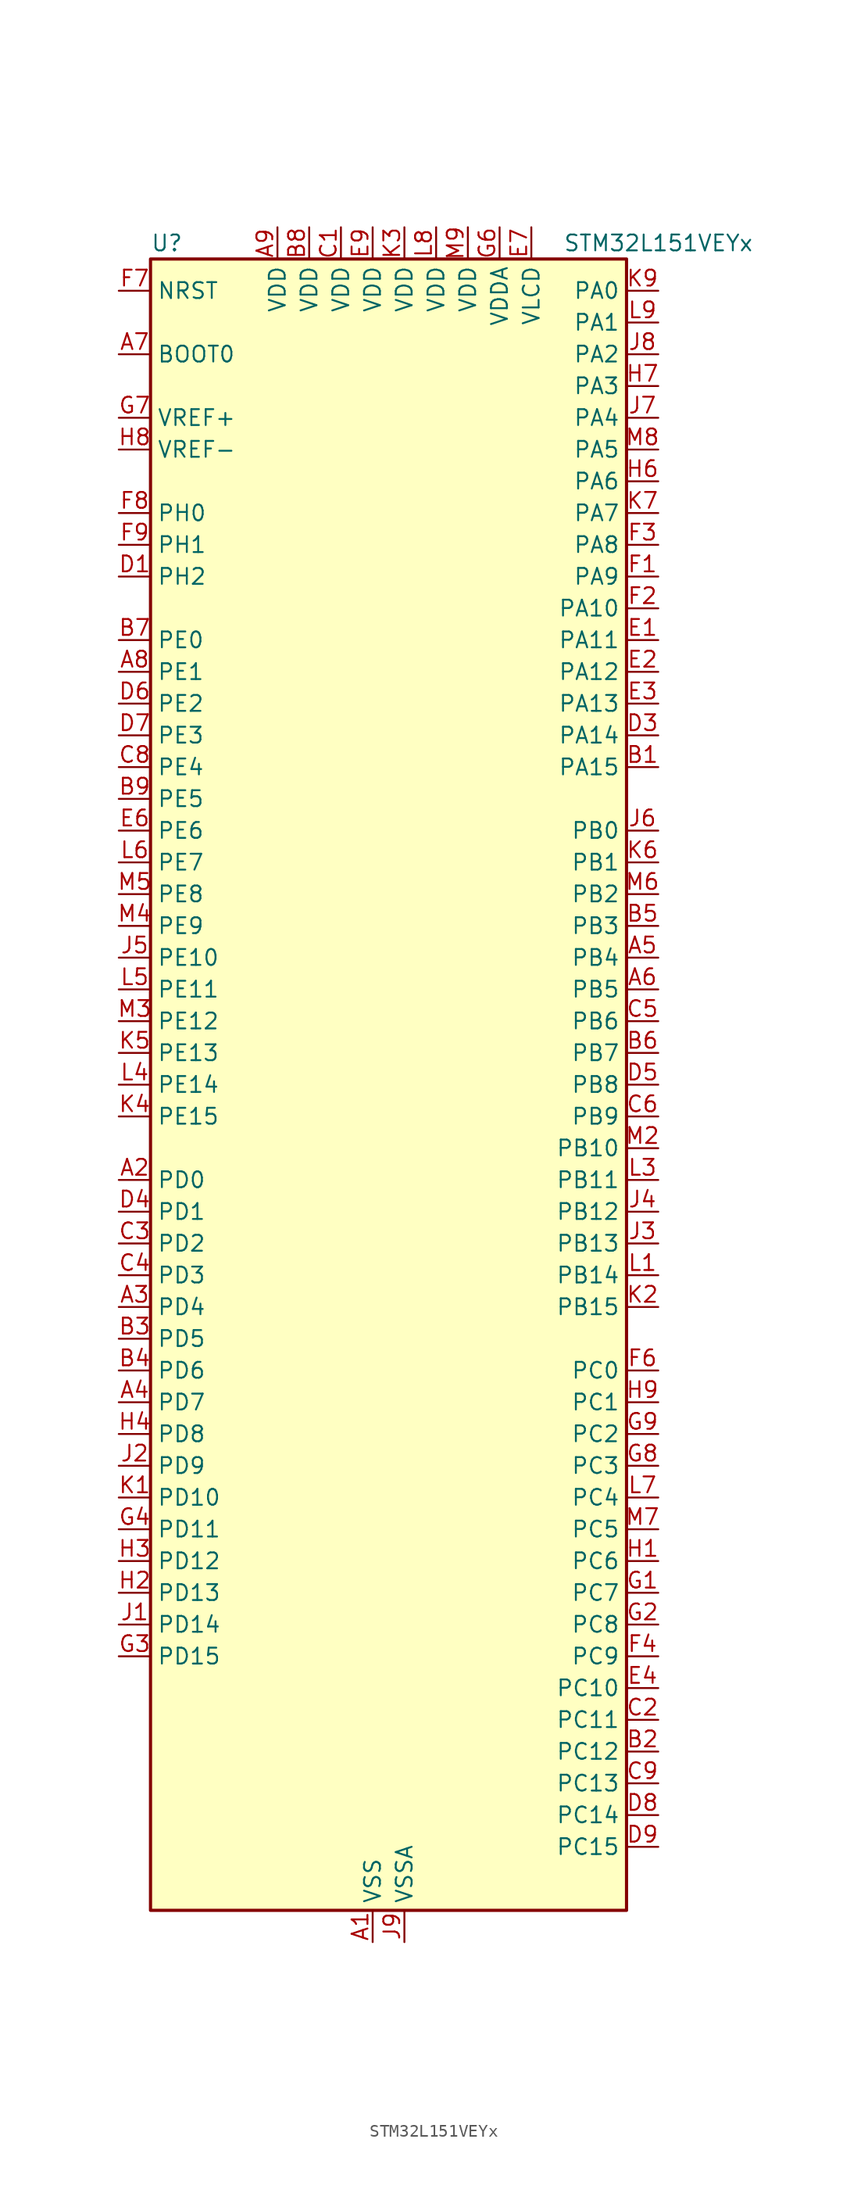
<source format=kicad_sym>
(kicad_symbol_lib
  (version 20220914)
  (generator kicad_symbol_editor)
  (symbol "STM32L151VEYx"
    (property "Reference" "U"
      (at -17.78 67.31 0)
      (effects (font (size 1.27 1.27)) (justify left)))
    (property "Value" "STM32L151VEYx"
      (at 15.24 67.31 0)
      (effects (font (size 1.27 1.27)) (justify left)))
    (property "ki_locked" ""
      (at 0 0 0)
      (effects (font (size 1.27 1.27))))
    (symbol "STM32L151VEYx_0_1"
      (rectangle (start -17.78 -66.04) (end 20.32 66.04) (stroke (width 0.254) (type default)) (fill (type background))))
    (symbol "STM32L151VEYx_1_1"
      (pin power_in line (at 0 -68.58 90) (length 2.54) (name "VSS" (effects (font (size 1.27 1.27)))) (number "A1" (effects (font (size 1.27 1.27)))))
      (pin bidirectional line (at -20.32 -7.62 0) (length 2.54) (name "PD0" (effects (font (size 1.27 1.27)))) (number "A2" (effects (font (size 1.27 1.27)))) (alternate "I2S2_WS" bidirectional line) (alternate "SPI2_NSS" bidirectional line) (alternate "TIM9_CH1" bidirectional line) (alternate "TIMX_IC1" bidirectional line))
      (pin bidirectional line (at -20.32 -17.78 0) (length 2.54) (name "PD4" (effects (font (size 1.27 1.27)))) (number "A3" (effects (font (size 1.27 1.27)))) (alternate "I2S2_SD" bidirectional line) (alternate "SPI2_MOSI" bidirectional line) (alternate "TIMX_IC1" bidirectional line) (alternate "USART2_RTS" bidirectional line))
      (pin bidirectional line (at -20.32 -25.4 0) (length 2.54) (name "PD7" (effects (font (size 1.27 1.27)))) (number "A4" (effects (font (size 1.27 1.27)))) (alternate "TIM9_CH2" bidirectional line) (alternate "TIMX_IC4" bidirectional line) (alternate "USART2_CK" bidirectional line))
      (pin bidirectional line (at 22.86 10.16 180) (length 2.54) (name "PB4" (effects (font (size 1.27 1.27)))) (number "A5" (effects (font (size 1.27 1.27)))) (alternate "COMP2_INP" bidirectional line) (alternate "SPI1_MISO" bidirectional line) (alternate "SPI3_MISO" bidirectional line) (alternate "SYS_JTRST" bidirectional line) (alternate "TIM3_CH1" bidirectional line) (alternate "TS_G6_IO1" bidirectional line))
      (pin bidirectional line (at 22.86 7.62 180) (length 2.54) (name "PB5" (effects (font (size 1.27 1.27)))) (number "A6" (effects (font (size 1.27 1.27)))) (alternate "COMP2_INP" bidirectional line) (alternate "I2C1_SMBA" bidirectional line) (alternate "I2S3_SD" bidirectional line) (alternate "SPI1_MOSI" bidirectional line) (alternate "SPI3_MOSI" bidirectional line) (alternate "TIM3_CH2" bidirectional line) (alternate "TS_G6_IO2" bidirectional line))
      (pin input line (at -20.32 58.42 0) (length 2.54) (name "BOOT0" (effects (font (size 1.27 1.27)))) (number "A7" (effects (font (size 1.27 1.27)))))
      (pin bidirectional line (at -20.32 33.02 0) (length 2.54) (name "PE1" (effects (font (size 1.27 1.27)))) (number "A8" (effects (font (size 1.27 1.27)))) (alternate "TIM11_CH1" bidirectional line) (alternate "TIMX_IC2" bidirectional line))
      (pin power_in line (at -7.62 68.58 270) (length 2.54) (name "VDD" (effects (font (size 1.27 1.27)))) (number "A9" (effects (font (size 1.27 1.27)))))
      (pin bidirectional line (at 22.86 25.4 180) (length 2.54) (name "PA15" (effects (font (size 1.27 1.27)))) (number "B1" (effects (font (size 1.27 1.27)))) (alternate "ADC_EXTI15" bidirectional line) (alternate "I2S3_WS" bidirectional line) (alternate "SPI1_NSS" bidirectional line) (alternate "SPI3_NSS" bidirectional line) (alternate "SYS_JTDI" bidirectional line) (alternate "TIM2_CH1" bidirectional line) (alternate "TIM2_ETR" bidirectional line) (alternate "TIMX_IC4" bidirectional line) (alternate "TS_G5_IO3" bidirectional line))
      (pin bidirectional line (at 22.86 -53.34 180) (length 2.54) (name "PC12" (effects (font (size 1.27 1.27)))) (number "B2" (effects (font (size 1.27 1.27)))) (alternate "I2S3_SD" bidirectional line) (alternate "SPI3_MOSI" bidirectional line) (alternate "TIMX_IC1" bidirectional line) (alternate "UART5_TX" bidirectional line) (alternate "USART3_CK" bidirectional line))
      (pin bidirectional line (at -20.32 -20.32 0) (length 2.54) (name "PD5" (effects (font (size 1.27 1.27)))) (number "B3" (effects (font (size 1.27 1.27)))) (alternate "TIMX_IC2" bidirectional line) (alternate "USART2_TX" bidirectional line))
      (pin bidirectional line (at -20.32 -22.86 0) (length 2.54) (name "PD6" (effects (font (size 1.27 1.27)))) (number "B4" (effects (font (size 1.27 1.27)))) (alternate "TIMX_IC3" bidirectional line) (alternate "USART2_RX" bidirectional line))
      (pin bidirectional line (at 22.86 12.7 180) (length 2.54) (name "PB3" (effects (font (size 1.27 1.27)))) (number "B5" (effects (font (size 1.27 1.27)))) (alternate "COMP2_INM" bidirectional line) (alternate "I2S3_CK" bidirectional line) (alternate "SPI1_SCK" bidirectional line) (alternate "SPI3_SCK" bidirectional line) (alternate "SYS_JTDO-TRACESWO" bidirectional line) (alternate "TIM2_CH2" bidirectional line))
      (pin bidirectional line (at 22.86 2.54 180) (length 2.54) (name "PB7" (effects (font (size 1.27 1.27)))) (number "B6" (effects (font (size 1.27 1.27)))) (alternate "COMP2_INP" bidirectional line) (alternate "I2C1_SDA" bidirectional line) (alternate "SYS_PVD_IN" bidirectional line) (alternate "TIM4_CH2" bidirectional line) (alternate "TS_G6_IO4" bidirectional line) (alternate "USART1_RX" bidirectional line))
      (pin bidirectional line (at -20.32 35.56 0) (length 2.54) (name "PE0" (effects (font (size 1.27 1.27)))) (number "B7" (effects (font (size 1.27 1.27)))) (alternate "TIM10_CH1" bidirectional line) (alternate "TIM4_ETR" bidirectional line) (alternate "TIMX_IC1" bidirectional line))
      (pin power_in line (at -5.08 68.58 270) (length 2.54) (name "VDD" (effects (font (size 1.27 1.27)))) (number "B8" (effects (font (size 1.27 1.27)))))
      (pin bidirectional line (at -20.32 22.86 0) (length 2.54) (name "PE5" (effects (font (size 1.27 1.27)))) (number "B9" (effects (font (size 1.27 1.27)))) (alternate "SYS_TRACED2" bidirectional line) (alternate "TIM9_CH1" bidirectional line) (alternate "TIMX_IC2" bidirectional line))
      (pin power_in line (at -2.54 68.58 270) (length 2.54) (name "VDD" (effects (font (size 1.27 1.27)))) (number "C1" (effects (font (size 1.27 1.27)))))
      (pin bidirectional line (at 22.86 -50.8 180) (length 2.54) (name "PC11" (effects (font (size 1.27 1.27)))) (number "C2" (effects (font (size 1.27 1.27)))) (alternate "ADC_EXTI11" bidirectional line) (alternate "SPI3_MISO" bidirectional line) (alternate "TIMX_IC4" bidirectional line) (alternate "UART4_RX" bidirectional line) (alternate "USART3_RX" bidirectional line))
      (pin bidirectional line (at -20.32 -12.7 0) (length 2.54) (name "PD2" (effects (font (size 1.27 1.27)))) (number "C3" (effects (font (size 1.27 1.27)))) (alternate "TIM3_ETR" bidirectional line) (alternate "TIMX_IC3" bidirectional line) (alternate "UART5_RX" bidirectional line))
      (pin bidirectional line (at -20.32 -15.24 0) (length 2.54) (name "PD3" (effects (font (size 1.27 1.27)))) (number "C4" (effects (font (size 1.27 1.27)))) (alternate "SPI2_MISO" bidirectional line) (alternate "TIMX_IC4" bidirectional line) (alternate "USART2_CTS" bidirectional line))
      (pin bidirectional line (at 22.86 5.08 180) (length 2.54) (name "PB6" (effects (font (size 1.27 1.27)))) (number "C5" (effects (font (size 1.27 1.27)))) (alternate "COMP2_INP" bidirectional line) (alternate "I2C1_SCL" bidirectional line) (alternate "TIM4_CH1" bidirectional line) (alternate "TS_G6_IO3" bidirectional line) (alternate "USART1_TX" bidirectional line))
      (pin bidirectional line (at 22.86 -2.54 180) (length 2.54) (name "PB9" (effects (font (size 1.27 1.27)))) (number "C6" (effects (font (size 1.27 1.27)))) (alternate "DAC_EXTI9" bidirectional line) (alternate "I2C1_SDA" bidirectional line) (alternate "TIM11_CH1" bidirectional line) (alternate "TIM4_CH4" bidirectional line))
      (pin passive line (at 0 -68.58 90) (length 2.54) hide (name "VSS" (effects (font (size 1.27 1.27)))) (number "C7" (effects (font (size 1.27 1.27)))))
      (pin bidirectional line (at -20.32 25.4 0) (length 2.54) (name "PE4" (effects (font (size 1.27 1.27)))) (number "C8" (effects (font (size 1.27 1.27)))) (alternate "SYS_TRACED1" bidirectional line) (alternate "TIM3_CH2" bidirectional line) (alternate "TIMX_IC1" bidirectional line))
      (pin bidirectional line (at 22.86 -55.88 180) (length 2.54) (name "PC13" (effects (font (size 1.27 1.27)))) (number "C9" (effects (font (size 1.27 1.27)))) (alternate "RTC_OUT_ALARM" bidirectional line) (alternate "RTC_OUT_CALIB" bidirectional line) (alternate "RTC_TAMP1" bidirectional line) (alternate "RTC_TS" bidirectional line) (alternate "SYS_WKUP2" bidirectional line) (alternate "TIMX_IC2" bidirectional line))
      (pin bidirectional line (at -20.32 40.64 0) (length 2.54) (name "PH2" (effects (font (size 1.27 1.27)))) (number "D1" (effects (font (size 1.27 1.27)))))
      (pin passive line (at 0 -68.58 90) (length 2.54) hide (name "VSS" (effects (font (size 1.27 1.27)))) (number "D2" (effects (font (size 1.27 1.27)))))
      (pin bidirectional line (at 22.86 27.94 180) (length 2.54) (name "PA14" (effects (font (size 1.27 1.27)))) (number "D3" (effects (font (size 1.27 1.27)))) (alternate "SYS_JTCK-SWCLK" bidirectional line) (alternate "TIMX_IC3" bidirectional line) (alternate "TS_G5_IO2" bidirectional line))
      (pin bidirectional line (at -20.32 -10.16 0) (length 2.54) (name "PD1" (effects (font (size 1.27 1.27)))) (number "D4" (effects (font (size 1.27 1.27)))) (alternate "I2S2_CK" bidirectional line) (alternate "SPI2_SCK" bidirectional line) (alternate "TIMX_IC2" bidirectional line))
      (pin bidirectional line (at 22.86 0 180) (length 2.54) (name "PB8" (effects (font (size 1.27 1.27)))) (number "D5" (effects (font (size 1.27 1.27)))) (alternate "I2C1_SCL" bidirectional line) (alternate "TIM10_CH1" bidirectional line) (alternate "TIM4_CH3" bidirectional line))
      (pin bidirectional line (at -20.32 30.48 0) (length 2.54) (name "PE2" (effects (font (size 1.27 1.27)))) (number "D6" (effects (font (size 1.27 1.27)))) (alternate "SYS_TRACECK" bidirectional line) (alternate "TIM3_ETR" bidirectional line) (alternate "TIMX_IC3" bidirectional line))
      (pin bidirectional line (at -20.32 27.94 0) (length 2.54) (name "PE3" (effects (font (size 1.27 1.27)))) (number "D7" (effects (font (size 1.27 1.27)))) (alternate "SYS_TRACED0" bidirectional line) (alternate "TIM3_CH1" bidirectional line) (alternate "TIMX_IC4" bidirectional line))
      (pin bidirectional line (at 22.86 -58.42 180) (length 2.54) (name "PC14" (effects (font (size 1.27 1.27)))) (number "D8" (effects (font (size 1.27 1.27)))) (alternate "RCC_OSC32_IN" bidirectional line) (alternate "TIMX_IC3" bidirectional line))
      (pin bidirectional line (at 22.86 -60.96 180) (length 2.54) (name "PC15" (effects (font (size 1.27 1.27)))) (number "D9" (effects (font (size 1.27 1.27)))) (alternate "ADC_EXTI15" bidirectional line) (alternate "RCC_OSC32_OUT" bidirectional line) (alternate "TIMX_IC4" bidirectional line))
      (pin bidirectional line (at 22.86 35.56 180) (length 2.54) (name "PA11" (effects (font (size 1.27 1.27)))) (number "E1" (effects (font (size 1.27 1.27)))) (alternate "ADC_EXTI11" bidirectional line) (alternate "SPI1_MISO" bidirectional line) (alternate "TIMX_IC4" bidirectional line) (alternate "USART1_CTS" bidirectional line) (alternate "USB_DM" bidirectional line))
      (pin bidirectional line (at 22.86 33.02 180) (length 2.54) (name "PA12" (effects (font (size 1.27 1.27)))) (number "E2" (effects (font (size 1.27 1.27)))) (alternate "SPI1_MOSI" bidirectional line) (alternate "TIMX_IC1" bidirectional line) (alternate "USART1_RTS" bidirectional line) (alternate "USB_DP" bidirectional line))
      (pin bidirectional line (at 22.86 30.48 180) (length 2.54) (name "PA13" (effects (font (size 1.27 1.27)))) (number "E3" (effects (font (size 1.27 1.27)))) (alternate "SYS_JTMS-SWDIO" bidirectional line) (alternate "TIMX_IC2" bidirectional line) (alternate "TS_G5_IO1" bidirectional line))
      (pin bidirectional line (at 22.86 -48.26 180) (length 2.54) (name "PC10" (effects (font (size 1.27 1.27)))) (number "E4" (effects (font (size 1.27 1.27)))) (alternate "I2S3_CK" bidirectional line) (alternate "SPI3_SCK" bidirectional line) (alternate "TIMX_IC3" bidirectional line) (alternate "UART4_TX" bidirectional line) (alternate "USART3_TX" bidirectional line))
      (pin bidirectional line (at -20.32 20.32 0) (length 2.54) (name "PE6" (effects (font (size 1.27 1.27)))) (number "E6" (effects (font (size 1.27 1.27)))) (alternate "RTC_TAMP3" bidirectional line) (alternate "SYS_TRACED3" bidirectional line) (alternate "SYS_WKUP3" bidirectional line) (alternate "TIM9_CH2" bidirectional line) (alternate "TIMX_IC3" bidirectional line))
      (pin power_in line (at 12.7 68.58 270) (length 2.54) (name "VLCD" (effects (font (size 1.27 1.27)))) (number "E7" (effects (font (size 1.27 1.27)))))
      (pin passive line (at 0 -68.58 90) (length 2.54) hide (name "VSS" (effects (font (size 1.27 1.27)))) (number "E8" (effects (font (size 1.27 1.27)))))
      (pin power_in line (at 0 68.58 270) (length 2.54) (name "VDD" (effects (font (size 1.27 1.27)))) (number "E9" (effects (font (size 1.27 1.27)))))
      (pin bidirectional line (at 22.86 40.64 180) (length 2.54) (name "PA9" (effects (font (size 1.27 1.27)))) (number "F1" (effects (font (size 1.27 1.27)))) (alternate "DAC_EXTI9" bidirectional line) (alternate "TIMX_IC2" bidirectional line) (alternate "TS_G4_IO2" bidirectional line) (alternate "USART1_TX" bidirectional line))
      (pin bidirectional line (at 22.86 38.1 180) (length 2.54) (name "PA10" (effects (font (size 1.27 1.27)))) (number "F2" (effects (font (size 1.27 1.27)))) (alternate "TIMX_IC3" bidirectional line) (alternate "TS_G4_IO3" bidirectional line) (alternate "USART1_RX" bidirectional line))
      (pin bidirectional line (at 22.86 43.18 180) (length 2.54) (name "PA8" (effects (font (size 1.27 1.27)))) (number "F3" (effects (font (size 1.27 1.27)))) (alternate "RCC_MCO" bidirectional line) (alternate "TIMX_IC1" bidirectional line) (alternate "TS_G4_IO1" bidirectional line) (alternate "USART1_CK" bidirectional line))
      (pin bidirectional line (at 22.86 -45.72 180) (length 2.54) (name "PC9" (effects (font (size 1.27 1.27)))) (number "F4" (effects (font (size 1.27 1.27)))) (alternate "DAC_EXTI9" bidirectional line) (alternate "TIM3_CH4" bidirectional line) (alternate "TIMX_IC2" bidirectional line) (alternate "TS_G10_IO4" bidirectional line))
      (pin bidirectional line (at 22.86 -22.86 180) (length 2.54) (name "PC0" (effects (font (size 1.27 1.27)))) (number "F6" (effects (font (size 1.27 1.27)))) (alternate "ADC_IN10" bidirectional line) (alternate "COMP1_INP" bidirectional line) (alternate "TIMX_IC1" bidirectional line) (alternate "TS_G8_IO1" bidirectional line))
      (pin input line (at -20.32 63.5 0) (length 2.54) (name "NRST" (effects (font (size 1.27 1.27)))) (number "F7" (effects (font (size 1.27 1.27)))))
      (pin bidirectional line (at -20.32 45.72 0) (length 2.54) (name "PH0" (effects (font (size 1.27 1.27)))) (number "F8" (effects (font (size 1.27 1.27)))) (alternate "RCC_OSC_IN" bidirectional line))
      (pin bidirectional line (at -20.32 43.18 0) (length 2.54) (name "PH1" (effects (font (size 1.27 1.27)))) (number "F9" (effects (font (size 1.27 1.27)))) (alternate "RCC_OSC_OUT" bidirectional line))
      (pin bidirectional line (at 22.86 -40.64 180) (length 2.54) (name "PC7" (effects (font (size 1.27 1.27)))) (number "G1" (effects (font (size 1.27 1.27)))) (alternate "I2S3_MCK" bidirectional line) (alternate "TIM3_CH2" bidirectional line) (alternate "TIMX_IC4" bidirectional line) (alternate "TS_G10_IO2" bidirectional line))
      (pin bidirectional line (at 22.86 -43.18 180) (length 2.54) (name "PC8" (effects (font (size 1.27 1.27)))) (number "G2" (effects (font (size 1.27 1.27)))) (alternate "TIM3_CH3" bidirectional line) (alternate "TIMX_IC1" bidirectional line) (alternate "TS_G10_IO3" bidirectional line))
      (pin bidirectional line (at -20.32 -45.72 0) (length 2.54) (name "PD15" (effects (font (size 1.27 1.27)))) (number "G3" (effects (font (size 1.27 1.27)))) (alternate "ADC_EXTI15" bidirectional line) (alternate "TIM4_CH4" bidirectional line) (alternate "TIMX_IC4" bidirectional line))
      (pin bidirectional line (at -20.32 -35.56 0) (length 2.54) (name "PD11" (effects (font (size 1.27 1.27)))) (number "G4" (effects (font (size 1.27 1.27)))) (alternate "ADC_EXTI11" bidirectional line) (alternate "TIMX_IC4" bidirectional line) (alternate "USART3_CTS" bidirectional line))
      (pin power_in line (at 10.16 68.58 270) (length 2.54) (name "VDDA" (effects (font (size 1.27 1.27)))) (number "G6" (effects (font (size 1.27 1.27)))))
      (pin input line (at -20.32 53.34 0) (length 2.54) (name "VREF+" (effects (font (size 1.27 1.27)))) (number "G7" (effects (font (size 1.27 1.27)))))
      (pin bidirectional line (at 22.86 -30.48 180) (length 2.54) (name "PC3" (effects (font (size 1.27 1.27)))) (number "G8" (effects (font (size 1.27 1.27)))) (alternate "ADC_IN13" bidirectional line) (alternate "COMP1_INP" bidirectional line) (alternate "TIMX_IC4" bidirectional line) (alternate "TS_G8_IO4" bidirectional line))
      (pin bidirectional line (at 22.86 -27.94 180) (length 2.54) (name "PC2" (effects (font (size 1.27 1.27)))) (number "G9" (effects (font (size 1.27 1.27)))) (alternate "ADC_IN12" bidirectional line) (alternate "COMP1_INP" bidirectional line) (alternate "TIMX_IC3" bidirectional line) (alternate "TS_G8_IO3" bidirectional line))
      (pin bidirectional line (at 22.86 -38.1 180) (length 2.54) (name "PC6" (effects (font (size 1.27 1.27)))) (number "H1" (effects (font (size 1.27 1.27)))) (alternate "I2S2_MCK" bidirectional line) (alternate "TIM3_CH1" bidirectional line) (alternate "TIMX_IC3" bidirectional line) (alternate "TS_G10_IO1" bidirectional line))
      (pin bidirectional line (at -20.32 -40.64 0) (length 2.54) (name "PD13" (effects (font (size 1.27 1.27)))) (number "H2" (effects (font (size 1.27 1.27)))) (alternate "TIM4_CH2" bidirectional line) (alternate "TIMX_IC2" bidirectional line))
      (pin bidirectional line (at -20.32 -38.1 0) (length 2.54) (name "PD12" (effects (font (size 1.27 1.27)))) (number "H3" (effects (font (size 1.27 1.27)))) (alternate "TIM4_CH1" bidirectional line) (alternate "TIMX_IC1" bidirectional line) (alternate "USART3_RTS" bidirectional line))
      (pin bidirectional line (at -20.32 -27.94 0) (length 2.54) (name "PD8" (effects (font (size 1.27 1.27)))) (number "H4" (effects (font (size 1.27 1.27)))) (alternate "TIMX_IC1" bidirectional line) (alternate "USART3_TX" bidirectional line))
      (pin bidirectional line (at 22.86 48.26 180) (length 2.54) (name "PA6" (effects (font (size 1.27 1.27)))) (number "H6" (effects (font (size 1.27 1.27)))) (alternate "ADC_IN6" bidirectional line) (alternate "COMP1_INP" bidirectional line) (alternate "OPAMP2_VINP" bidirectional line) (alternate "SPI1_MISO" bidirectional line) (alternate "TIM10_CH1" bidirectional line) (alternate "TIM3_CH1" bidirectional line) (alternate "TIMX_IC3" bidirectional line) (alternate "TS_G2_IO1" bidirectional line))
      (pin bidirectional line (at 22.86 55.88 180) (length 2.54) (name "PA3" (effects (font (size 1.27 1.27)))) (number "H7" (effects (font (size 1.27 1.27)))) (alternate "ADC_IN3" bidirectional line) (alternate "COMP1_INP" bidirectional line) (alternate "OPAMP1_VOUT" bidirectional line) (alternate "TIM2_CH4" bidirectional line) (alternate "TIM5_CH4" bidirectional line) (alternate "TIM9_CH2" bidirectional line) (alternate "TIMX_IC4" bidirectional line) (alternate "TS_G1_IO4" bidirectional line) (alternate "USART2_RX" bidirectional line))
      (pin input line (at -20.32 50.8 0) (length 2.54) (name "VREF-" (effects (font (size 1.27 1.27)))) (number "H8" (effects (font (size 1.27 1.27)))))
      (pin bidirectional line (at 22.86 -25.4 180) (length 2.54) (name "PC1" (effects (font (size 1.27 1.27)))) (number "H9" (effects (font (size 1.27 1.27)))) (alternate "ADC_IN11" bidirectional line) (alternate "COMP1_INP" bidirectional line) (alternate "TIMX_IC2" bidirectional line) (alternate "TS_G8_IO2" bidirectional line))
      (pin bidirectional line (at -20.32 -43.18 0) (length 2.54) (name "PD14" (effects (font (size 1.27 1.27)))) (number "J1" (effects (font (size 1.27 1.27)))) (alternate "TIM4_CH3" bidirectional line) (alternate "TIMX_IC3" bidirectional line))
      (pin bidirectional line (at -20.32 -30.48 0) (length 2.54) (name "PD9" (effects (font (size 1.27 1.27)))) (number "J2" (effects (font (size 1.27 1.27)))) (alternate "DAC_EXTI9" bidirectional line) (alternate "TIMX_IC2" bidirectional line) (alternate "USART3_RX" bidirectional line))
      (pin bidirectional line (at 22.86 -12.7 180) (length 2.54) (name "PB13" (effects (font (size 1.27 1.27)))) (number "J3" (effects (font (size 1.27 1.27)))) (alternate "ADC_IN19" bidirectional line) (alternate "COMP1_INP" bidirectional line) (alternate "I2S2_CK" bidirectional line) (alternate "SPI2_SCK" bidirectional line) (alternate "TIM9_CH1" bidirectional line) (alternate "TS_G7_IO2" bidirectional line) (alternate "USART3_CTS" bidirectional line))
      (pin bidirectional line (at 22.86 -10.16 180) (length 2.54) (name "PB12" (effects (font (size 1.27 1.27)))) (number "J4" (effects (font (size 1.27 1.27)))) (alternate "ADC_IN18" bidirectional line) (alternate "COMP1_INP" bidirectional line) (alternate "I2C2_SMBA" bidirectional line) (alternate "I2S2_WS" bidirectional line) (alternate "SPI2_NSS" bidirectional line) (alternate "TIM10_CH1" bidirectional line) (alternate "TS_G7_IO1" bidirectional line) (alternate "USART3_CK" bidirectional line))
      (pin bidirectional line (at -20.32 10.16 0) (length 2.54) (name "PE10" (effects (font (size 1.27 1.27)))) (number "J5" (effects (font (size 1.27 1.27)))) (alternate "ADC_IN25" bidirectional line) (alternate "COMP1_INP" bidirectional line) (alternate "TIM2_CH2" bidirectional line) (alternate "TIMX_IC3" bidirectional line))
      (pin bidirectional line (at 22.86 20.32 180) (length 2.54) (name "PB0" (effects (font (size 1.27 1.27)))) (number "J6" (effects (font (size 1.27 1.27)))) (alternate "ADC_IN8" bidirectional line) (alternate "COMP1_INP" bidirectional line) (alternate "OPAMP2_VOUT" bidirectional line) (alternate "SYS_V_REF_OUT" bidirectional line) (alternate "TIM3_CH3" bidirectional line) (alternate "TS_G3_IO1" bidirectional line))
      (pin bidirectional line (at 22.86 53.34 180) (length 2.54) (name "PA4" (effects (font (size 1.27 1.27)))) (number "J7" (effects (font (size 1.27 1.27)))) (alternate "ADC_IN4" bidirectional line) (alternate "COMP1_INP" bidirectional line) (alternate "DAC_OUT1" bidirectional line) (alternate "I2S3_WS" bidirectional line) (alternate "SPI1_NSS" bidirectional line) (alternate "SPI3_NSS" bidirectional line) (alternate "TIMX_IC1" bidirectional line) (alternate "USART2_CK" bidirectional line))
      (pin bidirectional line (at 22.86 58.42 180) (length 2.54) (name "PA2" (effects (font (size 1.27 1.27)))) (number "J8" (effects (font (size 1.27 1.27)))) (alternate "ADC_IN2" bidirectional line) (alternate "COMP1_INP" bidirectional line) (alternate "OPAMP1_VINM" bidirectional line) (alternate "TIM2_CH3" bidirectional line) (alternate "TIM5_CH3" bidirectional line) (alternate "TIM9_CH1" bidirectional line) (alternate "TIMX_IC3" bidirectional line) (alternate "TS_G1_IO3" bidirectional line) (alternate "USART2_TX" bidirectional line))
      (pin power_in line (at 2.54 -68.58 90) (length 2.54) (name "VSSA" (effects (font (size 1.27 1.27)))) (number "J9" (effects (font (size 1.27 1.27)))))
      (pin bidirectional line (at -20.32 -33.02 0) (length 2.54) (name "PD10" (effects (font (size 1.27 1.27)))) (number "K1" (effects (font (size 1.27 1.27)))) (alternate "TIMX_IC3" bidirectional line) (alternate "USART3_CK" bidirectional line))
      (pin bidirectional line (at 22.86 -17.78 180) (length 2.54) (name "PB15" (effects (font (size 1.27 1.27)))) (number "K2" (effects (font (size 1.27 1.27)))) (alternate "ADC_EXTI15" bidirectional line) (alternate "ADC_IN21" bidirectional line) (alternate "COMP1_INP" bidirectional line) (alternate "I2S2_SD" bidirectional line) (alternate "RTC_REFIN" bidirectional line) (alternate "SPI2_MOSI" bidirectional line) (alternate "TIM11_CH1" bidirectional line) (alternate "TS_G7_IO4" bidirectional line))
      (pin power_in line (at 2.54 68.58 270) (length 2.54) (name "VDD" (effects (font (size 1.27 1.27)))) (number "K3" (effects (font (size 1.27 1.27)))))
      (pin bidirectional line (at -20.32 -2.54 0) (length 2.54) (name "PE15" (effects (font (size 1.27 1.27)))) (number "K4" (effects (font (size 1.27 1.27)))) (alternate "ADC_EXTI15" bidirectional line) (alternate "SPI1_MOSI" bidirectional line) (alternate "TIMX_IC4" bidirectional line))
      (pin bidirectional line (at -20.32 2.54 0) (length 2.54) (name "PE13" (effects (font (size 1.27 1.27)))) (number "K5" (effects (font (size 1.27 1.27)))) (alternate "SPI1_SCK" bidirectional line) (alternate "TIMX_IC2" bidirectional line))
      (pin bidirectional line (at 22.86 17.78 180) (length 2.54) (name "PB1" (effects (font (size 1.27 1.27)))) (number "K6" (effects (font (size 1.27 1.27)))) (alternate "ADC_IN9" bidirectional line) (alternate "COMP1_INP" bidirectional line) (alternate "SYS_V_REF_OUT" bidirectional line) (alternate "TIM3_CH4" bidirectional line) (alternate "TS_G3_IO2" bidirectional line))
      (pin bidirectional line (at 22.86 45.72 180) (length 2.54) (name "PA7" (effects (font (size 1.27 1.27)))) (number "K7" (effects (font (size 1.27 1.27)))) (alternate "ADC_IN7" bidirectional line) (alternate "COMP1_INP" bidirectional line) (alternate "OPAMP2_VINM" bidirectional line) (alternate "SPI1_MOSI" bidirectional line) (alternate "TIM11_CH1" bidirectional line) (alternate "TIM3_CH2" bidirectional line) (alternate "TIMX_IC4" bidirectional line) (alternate "TS_G2_IO2" bidirectional line))
      (pin passive line (at 0 -68.58 90) (length 2.54) hide (name "VSS" (effects (font (size 1.27 1.27)))) (number "K8" (effects (font (size 1.27 1.27)))))
      (pin bidirectional line (at 22.86 63.5 180) (length 2.54) (name "PA0" (effects (font (size 1.27 1.27)))) (number "K9" (effects (font (size 1.27 1.27)))) (alternate "ADC_IN0" bidirectional line) (alternate "COMP1_INP" bidirectional line) (alternate "RTC_TAMP2" bidirectional line) (alternate "SYS_WKUP1" bidirectional line) (alternate "TIM2_CH1" bidirectional line) (alternate "TIM2_ETR" bidirectional line) (alternate "TIM5_CH1" bidirectional line) (alternate "TIMX_IC1" bidirectional line) (alternate "TS_G1_IO1" bidirectional line) (alternate "USART2_CTS" bidirectional line))
      (pin bidirectional line (at 22.86 -15.24 180) (length 2.54) (name "PB14" (effects (font (size 1.27 1.27)))) (number "L1" (effects (font (size 1.27 1.27)))) (alternate "ADC_IN20" bidirectional line) (alternate "COMP1_INP" bidirectional line) (alternate "SPI2_MISO" bidirectional line) (alternate "TIM9_CH2" bidirectional line) (alternate "TS_G7_IO3" bidirectional line) (alternate "USART3_RTS" bidirectional line))
      (pin passive line (at 0 -68.58 90) (length 2.54) hide (name "VSS" (effects (font (size 1.27 1.27)))) (number "L2" (effects (font (size 1.27 1.27)))))
      (pin bidirectional line (at 22.86 -7.62 180) (length 2.54) (name "PB11" (effects (font (size 1.27 1.27)))) (number "L3" (effects (font (size 1.27 1.27)))) (alternate "ADC_EXTI11" bidirectional line) (alternate "I2C2_SDA" bidirectional line) (alternate "TIM2_CH4" bidirectional line) (alternate "USART3_RX" bidirectional line))
      (pin bidirectional line (at -20.32 0 0) (length 2.54) (name "PE14" (effects (font (size 1.27 1.27)))) (number "L4" (effects (font (size 1.27 1.27)))) (alternate "SPI1_MISO" bidirectional line) (alternate "TIMX_IC3" bidirectional line))
      (pin bidirectional line (at -20.32 7.62 0) (length 2.54) (name "PE11" (effects (font (size 1.27 1.27)))) (number "L5" (effects (font (size 1.27 1.27)))) (alternate "ADC_EXTI11" bidirectional line) (alternate "TIM2_CH3" bidirectional line) (alternate "TIMX_IC4" bidirectional line))
      (pin bidirectional line (at -20.32 17.78 0) (length 2.54) (name "PE7" (effects (font (size 1.27 1.27)))) (number "L6" (effects (font (size 1.27 1.27)))) (alternate "ADC_IN22" bidirectional line) (alternate "COMP1_INP" bidirectional line) (alternate "TIMX_IC4" bidirectional line))
      (pin bidirectional line (at 22.86 -33.02 180) (length 2.54) (name "PC4" (effects (font (size 1.27 1.27)))) (number "L7" (effects (font (size 1.27 1.27)))) (alternate "ADC_IN14" bidirectional line) (alternate "COMP1_INP" bidirectional line) (alternate "TIMX_IC1" bidirectional line) (alternate "TS_G9_IO1" bidirectional line))
      (pin power_in line (at 5.08 68.58 270) (length 2.54) (name "VDD" (effects (font (size 1.27 1.27)))) (number "L8" (effects (font (size 1.27 1.27)))))
      (pin bidirectional line (at 22.86 60.96 180) (length 2.54) (name "PA1" (effects (font (size 1.27 1.27)))) (number "L9" (effects (font (size 1.27 1.27)))) (alternate "ADC_IN1" bidirectional line) (alternate "COMP1_INP" bidirectional line) (alternate "OPAMP1_VINP" bidirectional line) (alternate "TIM2_CH2" bidirectional line) (alternate "TIM5_CH2" bidirectional line) (alternate "TIMX_IC2" bidirectional line) (alternate "TS_G1_IO2" bidirectional line) (alternate "USART2_RTS" bidirectional line))
      (pin passive line (at 0 -68.58 90) (length 2.54) hide (name "VSS" (effects (font (size 1.27 1.27)))) (number "M1" (effects (font (size 1.27 1.27)))))
      (pin bidirectional line (at 22.86 -5.08 180) (length 2.54) (name "PB10" (effects (font (size 1.27 1.27)))) (number "M2" (effects (font (size 1.27 1.27)))) (alternate "I2C2_SCL" bidirectional line) (alternate "TIM2_CH3" bidirectional line) (alternate "USART3_TX" bidirectional line))
      (pin bidirectional line (at -20.32 5.08 0) (length 2.54) (name "PE12" (effects (font (size 1.27 1.27)))) (number "M3" (effects (font (size 1.27 1.27)))) (alternate "SPI1_NSS" bidirectional line) (alternate "TIM2_CH4" bidirectional line) (alternate "TIMX_IC1" bidirectional line))
      (pin bidirectional line (at -20.32 12.7 0) (length 2.54) (name "PE9" (effects (font (size 1.27 1.27)))) (number "M4" (effects (font (size 1.27 1.27)))) (alternate "ADC_IN24" bidirectional line) (alternate "COMP1_INP" bidirectional line) (alternate "DAC_EXTI9" bidirectional line) (alternate "TIM2_CH1" bidirectional line) (alternate "TIM2_ETR" bidirectional line) (alternate "TIMX_IC2" bidirectional line))
      (pin bidirectional line (at -20.32 15.24 0) (length 2.54) (name "PE8" (effects (font (size 1.27 1.27)))) (number "M5" (effects (font (size 1.27 1.27)))) (alternate "ADC_IN23" bidirectional line) (alternate "COMP1_INP" bidirectional line) (alternate "TIMX_IC1" bidirectional line))
      (pin bidirectional line (at 22.86 15.24 180) (length 2.54) (name "PB2" (effects (font (size 1.27 1.27)))) (number "M6" (effects (font (size 1.27 1.27)))) (alternate "ADC_IN0b" bidirectional line) (alternate "TS_G3_IO3" bidirectional line))
      (pin bidirectional line (at 22.86 -35.56 180) (length 2.54) (name "PC5" (effects (font (size 1.27 1.27)))) (number "M7" (effects (font (size 1.27 1.27)))) (alternate "ADC_IN15" bidirectional line) (alternate "COMP1_INP" bidirectional line) (alternate "TIMX_IC2" bidirectional line) (alternate "TS_G9_IO2" bidirectional line))
      (pin bidirectional line (at 22.86 50.8 180) (length 2.54) (name "PA5" (effects (font (size 1.27 1.27)))) (number "M8" (effects (font (size 1.27 1.27)))) (alternate "ADC_IN5" bidirectional line) (alternate "COMP1_INP" bidirectional line) (alternate "DAC_OUT2" bidirectional line) (alternate "SPI1_SCK" bidirectional line) (alternate "TIM2_CH1" bidirectional line) (alternate "TIM2_ETR" bidirectional line) (alternate "TIMX_IC2" bidirectional line))
      (pin power_in line (at 7.62 68.58 270) (length 2.54) (name "VDD" (effects (font (size 1.27 1.27)))) (number "M9" (effects (font (size 1.27 1.27))))))))
</source>
